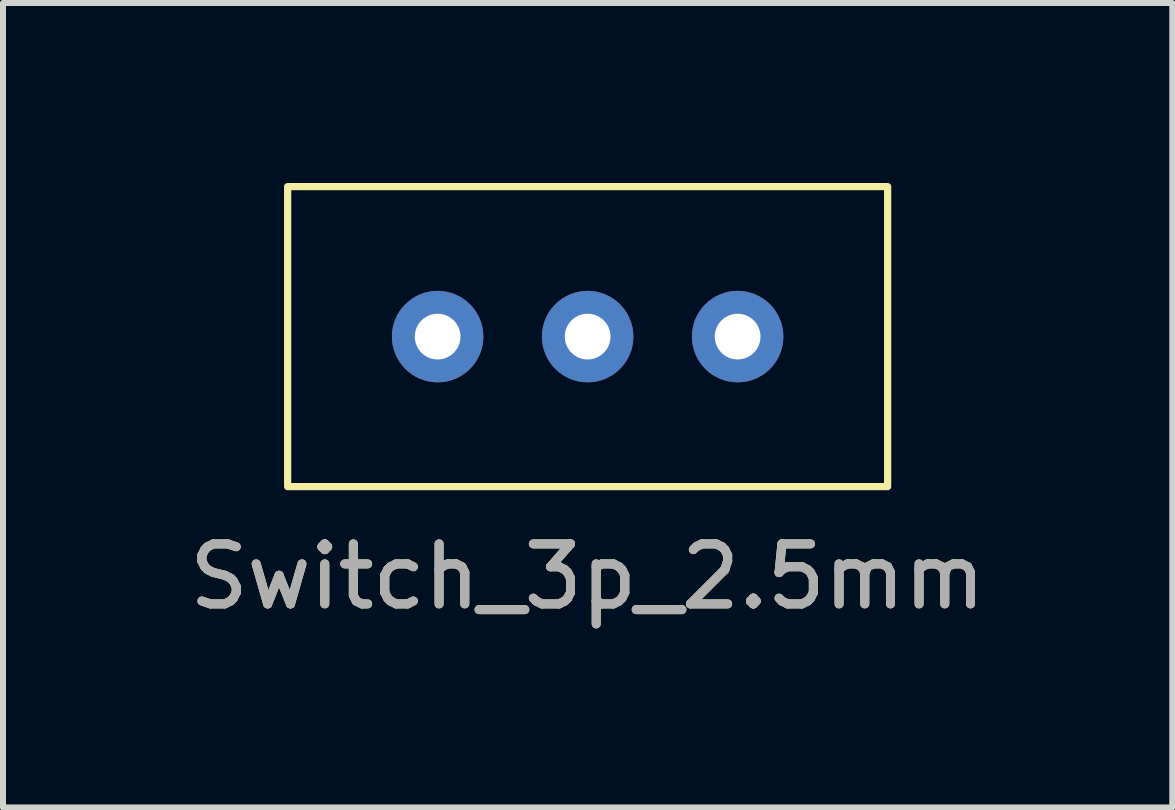
<source format=kicad_pcb>
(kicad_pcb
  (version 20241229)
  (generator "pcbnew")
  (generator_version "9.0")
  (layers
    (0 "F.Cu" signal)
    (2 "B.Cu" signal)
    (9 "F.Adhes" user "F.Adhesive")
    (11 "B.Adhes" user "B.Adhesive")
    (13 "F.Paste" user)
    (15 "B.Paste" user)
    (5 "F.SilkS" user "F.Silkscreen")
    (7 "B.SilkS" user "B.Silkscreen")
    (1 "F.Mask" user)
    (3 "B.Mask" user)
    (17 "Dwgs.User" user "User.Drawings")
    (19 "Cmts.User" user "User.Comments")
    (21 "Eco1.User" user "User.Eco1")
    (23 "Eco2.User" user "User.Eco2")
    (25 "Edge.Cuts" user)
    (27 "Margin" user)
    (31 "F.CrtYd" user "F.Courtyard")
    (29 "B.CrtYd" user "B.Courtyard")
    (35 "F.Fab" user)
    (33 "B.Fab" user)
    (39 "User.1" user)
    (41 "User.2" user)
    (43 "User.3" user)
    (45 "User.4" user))
  (footprint "Switch_3p_2.5mm"
    (layer "F.Cu")
    (at 6.744 2.56)
    (property "Reference" "Switch_3p_2.5mm" (at 0 4 0) (unlocked yes) (layer "F.SilkS") (effects (font (size 1 1) (thickness 0.15))))
    (attr through_hole)
    (fp_rect (start -5 -2.5) (end 5 2.5) (stroke (width 0.12) (type solid)) (fill no) (layer "F.SilkS"))
    (fp_text user "${REFERENCE}" (at 0 4 0) (unlocked yes) (layer "F.Fab") (effects (font (size 1 1) (thickness 0.15))))
    (pad "1" thru_hole circle (at -2.5 0) (size 1.524 1.524) (drill 0.762) (layers "*.Cu" "*.Mask"))
    (pad "2" thru_hole circle (at 0 0) (size 1.524 1.524) (drill 0.762) (layers "*.Cu" "*.Mask"))
    (pad "3" thru_hole circle (at 2.5 0) (size 1.524 1.524) (drill 0.762) (layers "*.Cu" "*.Mask")))
  (gr_rect
    (start -3 -3)
    (end 16.488 10.408)
    (stroke (width 0.1) (type default))
    (fill no)
    (layer "Edge.Cuts")))
</source>
